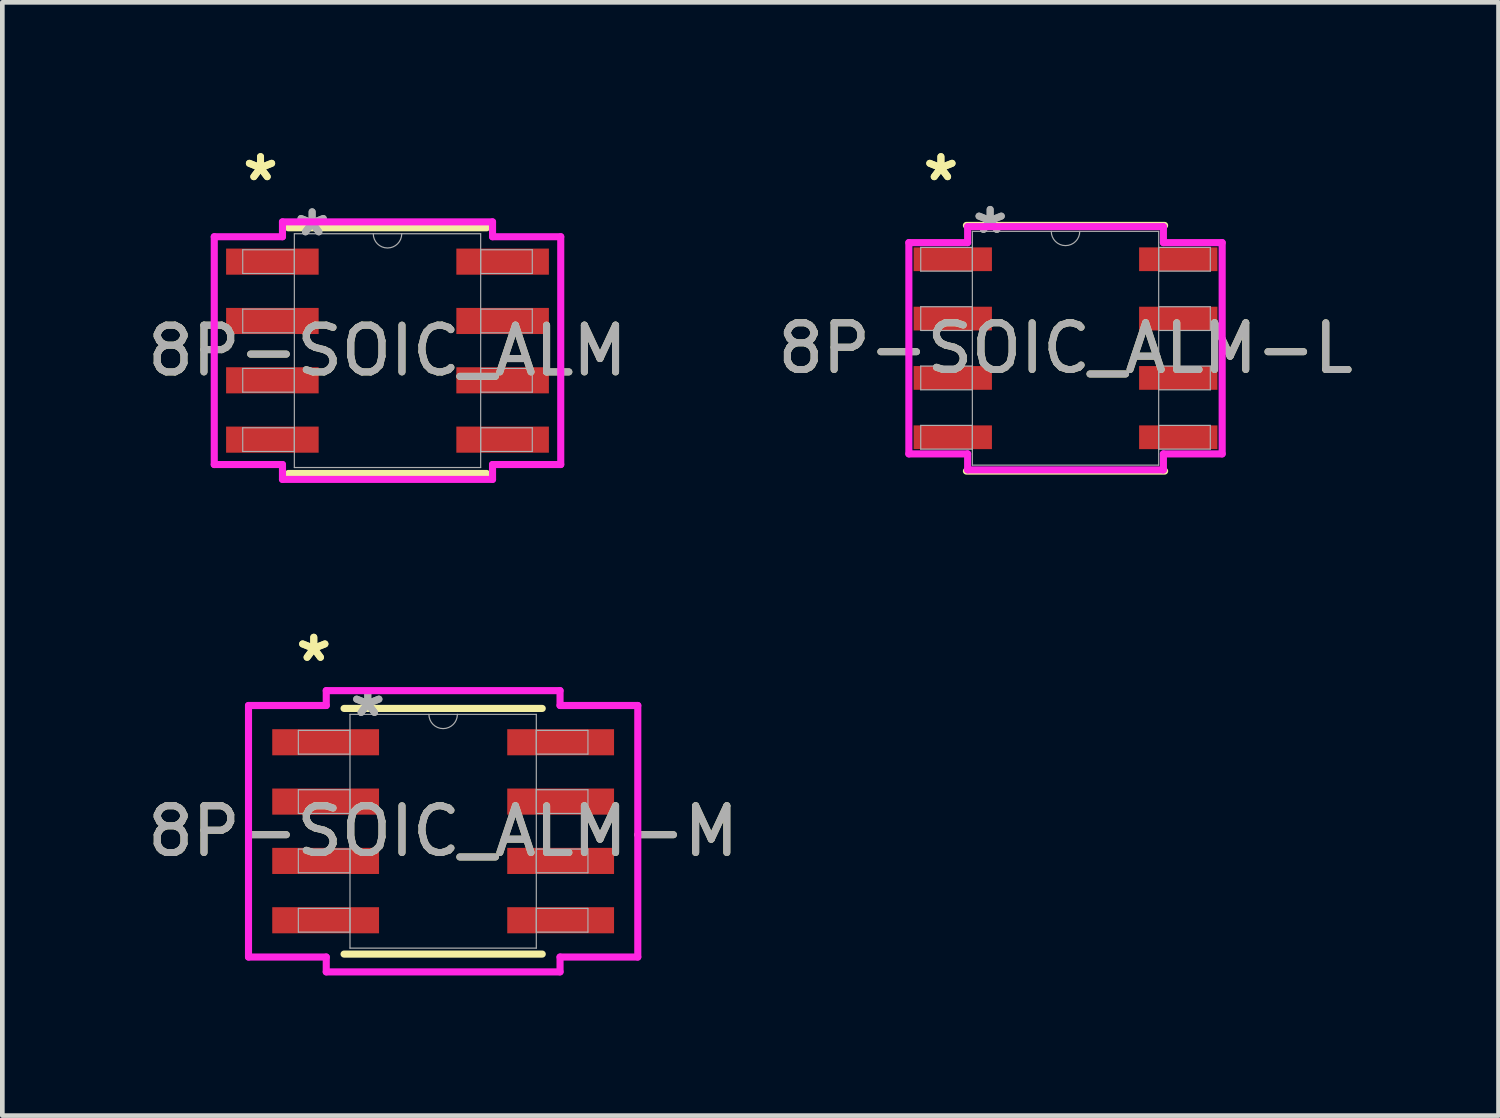
<source format=kicad_pcb>
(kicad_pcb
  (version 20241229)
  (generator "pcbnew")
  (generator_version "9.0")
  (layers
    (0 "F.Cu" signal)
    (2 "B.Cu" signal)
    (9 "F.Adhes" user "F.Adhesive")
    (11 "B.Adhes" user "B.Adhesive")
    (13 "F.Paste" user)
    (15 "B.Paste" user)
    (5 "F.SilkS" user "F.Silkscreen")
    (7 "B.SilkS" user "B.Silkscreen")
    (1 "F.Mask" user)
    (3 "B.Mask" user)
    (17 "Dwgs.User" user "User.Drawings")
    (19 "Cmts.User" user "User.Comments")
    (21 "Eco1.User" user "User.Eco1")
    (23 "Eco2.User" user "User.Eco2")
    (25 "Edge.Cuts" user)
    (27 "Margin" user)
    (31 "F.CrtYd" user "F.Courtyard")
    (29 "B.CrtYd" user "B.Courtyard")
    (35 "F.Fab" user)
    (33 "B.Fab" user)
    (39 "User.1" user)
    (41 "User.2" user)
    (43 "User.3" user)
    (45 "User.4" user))
  (footprint "8P-SOIC_ALM-L"
    (layer "F.Cu")
    (at 19.756 4.404)
    (property "Reference" "8P-SOIC_ALM-L" (at 0 0 0) (unlocked yes) (layer "F.SilkS") (effects (font (size 1 1) (thickness 0.15))))
    (attr smd)
    (fp_line (start -2.121 2.629) (end 2.121 2.629) (stroke (width 0.152) (type solid)) (layer "F.SilkS"))
    (fp_line (start 2.121 -2.629) (end -2.121 -2.629) (stroke (width 0.152) (type solid)) (layer "F.SilkS"))
    (fp_line (start -3.353 -2.261) (end -2.095 -2.261) (stroke (width 0.152) (type solid)) (layer "F.CrtYd"))
    (fp_line (start -3.353 2.261) (end -3.353 -2.261) (stroke (width 0.152) (type solid)) (layer "F.CrtYd"))
    (fp_line (start -3.353 2.261) (end -2.095 2.261) (stroke (width 0.152) (type solid)) (layer "F.CrtYd"))
    (fp_line (start -2.095 -2.603) (end 2.095 -2.603) (stroke (width 0.152) (type solid)) (layer "F.CrtYd"))
    (fp_line (start -2.095 -2.261) (end -2.095 -2.603) (stroke (width 0.152) (type solid)) (layer "F.CrtYd"))
    (fp_line (start -2.095 2.603) (end -2.095 2.261) (stroke (width 0.152) (type solid)) (layer "F.CrtYd"))
    (fp_line (start 2.095 -2.603) (end 2.095 -2.261) (stroke (width 0.152) (type solid)) (layer "F.CrtYd"))
    (fp_line (start 2.095 2.261) (end 2.095 2.603) (stroke (width 0.152) (type solid)) (layer "F.CrtYd"))
    (fp_line (start 2.095 2.603) (end -2.095 2.603) (stroke (width 0.152) (type solid)) (layer "F.CrtYd"))
    (fp_line (start 3.353 -2.261) (end 2.095 -2.261) (stroke (width 0.152) (type solid)) (layer "F.CrtYd"))
    (fp_line (start 3.353 -2.261) (end 3.353 2.261) (stroke (width 0.152) (type solid)) (layer "F.CrtYd"))
    (fp_line (start 3.353 2.261) (end 2.095 2.261) (stroke (width 0.152) (type solid)) (layer "F.CrtYd"))
    (fp_line (start -3.099 -2.159) (end -3.099 -1.651) (stroke (width 0.025) (type solid)) (layer "F.Fab"))
    (fp_line (start -3.099 -1.651) (end -1.994 -1.651) (stroke (width 0.025) (type solid)) (layer "F.Fab"))
    (fp_line (start -3.099 -0.889) (end -3.099 -0.381) (stroke (width 0.025) (type solid)) (layer "F.Fab"))
    (fp_line (start -3.099 -0.381) (end -1.994 -0.381) (stroke (width 0.025) (type solid)) (layer "F.Fab"))
    (fp_line (start -3.099 0.381) (end -3.099 0.889) (stroke (width 0.025) (type solid)) (layer "F.Fab"))
    (fp_line (start -3.099 0.889) (end -1.994 0.889) (stroke (width 0.025) (type solid)) (layer "F.Fab"))
    (fp_line (start -3.099 1.651) (end -3.099 2.159) (stroke (width 0.025) (type solid)) (layer "F.Fab"))
    (fp_line (start -3.099 2.159) (end -1.994 2.159) (stroke (width 0.025) (type solid)) (layer "F.Fab"))
    (fp_line (start -1.994 -2.502) (end -1.994 2.502) (stroke (width 0.025) (type solid)) (layer "F.Fab"))
    (fp_line (start -1.994 -2.159) (end -3.099 -2.159) (stroke (width 0.025) (type solid)) (layer "F.Fab"))
    (fp_line (start -1.994 -1.651) (end -1.994 -2.159) (stroke (width 0.025) (type solid)) (layer "F.Fab"))
    (fp_line (start -1.994 -0.889) (end -3.099 -0.889) (stroke (width 0.025) (type solid)) (layer "F.Fab"))
    (fp_line (start -1.994 -0.381) (end -1.994 -0.889) (stroke (width 0.025) (type solid)) (layer "F.Fab"))
    (fp_line (start -1.994 0.381) (end -3.099 0.381) (stroke (width 0.025) (type solid)) (layer "F.Fab"))
    (fp_line (start -1.994 0.889) (end -1.994 0.381) (stroke (width 0.025) (type solid)) (layer "F.Fab"))
    (fp_line (start -1.994 1.651) (end -3.099 1.651) (stroke (width 0.025) (type solid)) (layer "F.Fab"))
    (fp_line (start -1.994 2.159) (end -1.994 1.651) (stroke (width 0.025) (type solid)) (layer "F.Fab"))
    (fp_line (start -1.994 2.502) (end 1.994 2.502) (stroke (width 0.025) (type solid)) (layer "F.Fab"))
    (fp_line (start 1.994 -2.502) (end -1.994 -2.502) (stroke (width 0.025) (type solid)) (layer "F.Fab"))
    (fp_line (start 1.994 -2.159) (end 1.994 -1.651) (stroke (width 0.025) (type solid)) (layer "F.Fab"))
    (fp_line (start 1.994 -1.651) (end 3.099 -1.651) (stroke (width 0.025) (type solid)) (layer "F.Fab"))
    (fp_line (start 1.994 -0.889) (end 1.994 -0.381) (stroke (width 0.025) (type solid)) (layer "F.Fab"))
    (fp_line (start 1.994 -0.381) (end 3.099 -0.381) (stroke (width 0.025) (type solid)) (layer "F.Fab"))
    (fp_line (start 1.994 0.381) (end 1.994 0.889) (stroke (width 0.025) (type solid)) (layer "F.Fab"))
    (fp_line (start 1.994 0.889) (end 3.099 0.889) (stroke (width 0.025) (type solid)) (layer "F.Fab"))
    (fp_line (start 1.994 1.651) (end 1.994 2.159) (stroke (width 0.025) (type solid)) (layer "F.Fab"))
    (fp_line (start 1.994 2.159) (end 3.099 2.159) (stroke (width 0.025) (type solid)) (layer "F.Fab"))
    (fp_line (start 1.994 2.502) (end 1.994 -2.502) (stroke (width 0.025) (type solid)) (layer "F.Fab"))
    (fp_line (start 3.099 -2.159) (end 1.994 -2.159) (stroke (width 0.025) (type solid)) (layer "F.Fab"))
    (fp_line (start 3.099 -1.651) (end 3.099 -2.159) (stroke (width 0.025) (type solid)) (layer "F.Fab"))
    (fp_line (start 3.099 -0.889) (end 1.994 -0.889) (stroke (width 0.025) (type solid)) (layer "F.Fab"))
    (fp_line (start 3.099 -0.381) (end 3.099 -0.889) (stroke (width 0.025) (type solid)) (layer "F.Fab"))
    (fp_line (start 3.099 0.381) (end 1.994 0.381) (stroke (width 0.025) (type solid)) (layer "F.Fab"))
    (fp_line (start 3.099 0.889) (end 3.099 0.381) (stroke (width 0.025) (type solid)) (layer "F.Fab"))
    (fp_line (start 3.099 1.651) (end 1.994 1.651) (stroke (width 0.025) (type solid)) (layer "F.Fab"))
    (fp_line (start 3.099 2.159) (end 3.099 1.651) (stroke (width 0.025) (type solid)) (layer "F.Fab"))
    (fp_arc (start 0.3048 -2.5019) (mid 0 -2.1971) (end -0.3048 -2.5019) (stroke (width 0.0254) (type solid)) (layer "F.Fab"))
    (fp_text user "*" (at -2.667 -3.556 0) (unlocked yes) (layer "F.SilkS") (effects (font (size 1 1) (thickness 0.15))))
    (fp_text user "*" (at -2.667 -3.556 0) (layer "F.SilkS") (effects (font (size 1 1) (thickness 0.15))))
    (fp_text user "*" (at -1.613 -2.426 0) (layer "F.Fab") (effects (font (size 1 1) (thickness 0.15))))
    (fp_text user "*" (at -1.613 -2.426 0) (unlocked yes) (layer "F.Fab") (effects (font (size 1 1) (thickness 0.15))))
    (fp_text user "${REFERENCE}" (at 0 0 0) (unlocked yes) (layer "F.Fab") (effects (font (size 1 1) (thickness 0.15))))
    (pad "1" smd rect (at -2.413 -1.905) (size 1.676 0.508) (layers "F.Cu" "F.Mask" "F.Paste"))
    (pad "2" smd rect (at -2.413 -0.635) (size 1.676 0.508) (layers "F.Cu" "F.Mask" "F.Paste"))
    (pad "3" smd rect (at -2.413 0.635) (size 1.676 0.508) (layers "F.Cu" "F.Mask" "F.Paste"))
    (pad "4" smd rect (at -2.413 1.905) (size 1.676 0.508) (layers "F.Cu" "F.Mask" "F.Paste"))
    (pad "5" smd rect (at 2.413 1.905) (size 1.676 0.508) (layers "F.Cu" "F.Mask" "F.Paste"))
    (pad "6" smd rect (at 2.413 0.635) (size 1.676 0.508) (layers "F.Cu" "F.Mask" "F.Paste"))
    (pad "7" smd rect (at 2.413 -0.635) (size 1.676 0.508) (layers "F.Cu" "F.Mask" "F.Paste"))
    (pad "8" smd rect (at 2.413 -1.905) (size 1.676 0.508) (layers "F.Cu" "F.Mask" "F.Paste")))
  (footprint "8P-SOIC_ALM-M"
    (layer "F.Cu")
    (at 6.435 14.742)
    (property "Reference" "8P-SOIC_ALM-M" (at 0 0 0) (unlocked yes) (layer "F.SilkS") (effects (font (size 1 1) (thickness 0.15))))
    (attr smd)
    (fp_line (start -2.121 2.629) (end 2.121 2.629) (stroke (width 0.152) (type solid)) (layer "F.SilkS"))
    (fp_line (start 2.121 -2.629) (end -2.121 -2.629) (stroke (width 0.152) (type solid)) (layer "F.SilkS"))
    (fp_line (start -4.166 -2.692) (end -2.502 -2.692) (stroke (width 0.152) (type solid)) (layer "F.CrtYd"))
    (fp_line (start -4.166 2.692) (end -4.166 -2.692) (stroke (width 0.152) (type solid)) (layer "F.CrtYd"))
    (fp_line (start -4.166 2.692) (end -2.502 2.692) (stroke (width 0.152) (type solid)) (layer "F.CrtYd"))
    (fp_line (start -2.502 -3.01) (end 2.502 -3.01) (stroke (width 0.152) (type solid)) (layer "F.CrtYd"))
    (fp_line (start -2.502 -2.692) (end -2.502 -3.01) (stroke (width 0.152) (type solid)) (layer "F.CrtYd"))
    (fp_line (start -2.502 3.01) (end -2.502 2.692) (stroke (width 0.152) (type solid)) (layer "F.CrtYd"))
    (fp_line (start 2.502 -3.01) (end 2.502 -2.692) (stroke (width 0.152) (type solid)) (layer "F.CrtYd"))
    (fp_line (start 2.502 2.692) (end 2.502 3.01) (stroke (width 0.152) (type solid)) (layer "F.CrtYd"))
    (fp_line (start 2.502 3.01) (end -2.502 3.01) (stroke (width 0.152) (type solid)) (layer "F.CrtYd"))
    (fp_line (start 4.166 -2.692) (end 2.502 -2.692) (stroke (width 0.152) (type solid)) (layer "F.CrtYd"))
    (fp_line (start 4.166 -2.692) (end 4.166 2.692) (stroke (width 0.152) (type solid)) (layer "F.CrtYd"))
    (fp_line (start 4.166 2.692) (end 2.502 2.692) (stroke (width 0.152) (type solid)) (layer "F.CrtYd"))
    (fp_line (start -3.099 -2.159) (end -3.099 -1.651) (stroke (width 0.025) (type solid)) (layer "F.Fab"))
    (fp_line (start -3.099 -1.651) (end -1.994 -1.651) (stroke (width 0.025) (type solid)) (layer "F.Fab"))
    (fp_line (start -3.099 -0.889) (end -3.099 -0.381) (stroke (width 0.025) (type solid)) (layer "F.Fab"))
    (fp_line (start -3.099 -0.381) (end -1.994 -0.381) (stroke (width 0.025) (type solid)) (layer "F.Fab"))
    (fp_line (start -3.099 0.381) (end -3.099 0.889) (stroke (width 0.025) (type solid)) (layer "F.Fab"))
    (fp_line (start -3.099 0.889) (end -1.994 0.889) (stroke (width 0.025) (type solid)) (layer "F.Fab"))
    (fp_line (start -3.099 1.651) (end -3.099 2.159) (stroke (width 0.025) (type solid)) (layer "F.Fab"))
    (fp_line (start -3.099 2.159) (end -1.994 2.159) (stroke (width 0.025) (type solid)) (layer "F.Fab"))
    (fp_line (start -1.994 -2.502) (end -1.994 2.502) (stroke (width 0.025) (type solid)) (layer "F.Fab"))
    (fp_line (start -1.994 -2.159) (end -3.099 -2.159) (stroke (width 0.025) (type solid)) (layer "F.Fab"))
    (fp_line (start -1.994 -1.651) (end -1.994 -2.159) (stroke (width 0.025) (type solid)) (layer "F.Fab"))
    (fp_line (start -1.994 -0.889) (end -3.099 -0.889) (stroke (width 0.025) (type solid)) (layer "F.Fab"))
    (fp_line (start -1.994 -0.381) (end -1.994 -0.889) (stroke (width 0.025) (type solid)) (layer "F.Fab"))
    (fp_line (start -1.994 0.381) (end -3.099 0.381) (stroke (width 0.025) (type solid)) (layer "F.Fab"))
    (fp_line (start -1.994 0.889) (end -1.994 0.381) (stroke (width 0.025) (type solid)) (layer "F.Fab"))
    (fp_line (start -1.994 1.651) (end -3.099 1.651) (stroke (width 0.025) (type solid)) (layer "F.Fab"))
    (fp_line (start -1.994 2.159) (end -1.994 1.651) (stroke (width 0.025) (type solid)) (layer "F.Fab"))
    (fp_line (start -1.994 2.502) (end 1.994 2.502) (stroke (width 0.025) (type solid)) (layer "F.Fab"))
    (fp_line (start 1.994 -2.502) (end -1.994 -2.502) (stroke (width 0.025) (type solid)) (layer "F.Fab"))
    (fp_line (start 1.994 -2.159) (end 1.994 -1.651) (stroke (width 0.025) (type solid)) (layer "F.Fab"))
    (fp_line (start 1.994 -1.651) (end 3.099 -1.651) (stroke (width 0.025) (type solid)) (layer "F.Fab"))
    (fp_line (start 1.994 -0.889) (end 1.994 -0.381) (stroke (width 0.025) (type solid)) (layer "F.Fab"))
    (fp_line (start 1.994 -0.381) (end 3.099 -0.381) (stroke (width 0.025) (type solid)) (layer "F.Fab"))
    (fp_line (start 1.994 0.381) (end 1.994 0.889) (stroke (width 0.025) (type solid)) (layer "F.Fab"))
    (fp_line (start 1.994 0.889) (end 3.099 0.889) (stroke (width 0.025) (type solid)) (layer "F.Fab"))
    (fp_line (start 1.994 1.651) (end 1.994 2.159) (stroke (width 0.025) (type solid)) (layer "F.Fab"))
    (fp_line (start 1.994 2.159) (end 3.099 2.159) (stroke (width 0.025) (type solid)) (layer "F.Fab"))
    (fp_line (start 1.994 2.502) (end 1.994 -2.502) (stroke (width 0.025) (type solid)) (layer "F.Fab"))
    (fp_line (start 3.099 -2.159) (end 1.994 -2.159) (stroke (width 0.025) (type solid)) (layer "F.Fab"))
    (fp_line (start 3.099 -1.651) (end 3.099 -2.159) (stroke (width 0.025) (type solid)) (layer "F.Fab"))
    (fp_line (start 3.099 -0.889) (end 1.994 -0.889) (stroke (width 0.025) (type solid)) (layer "F.Fab"))
    (fp_line (start 3.099 -0.381) (end 3.099 -0.889) (stroke (width 0.025) (type solid)) (layer "F.Fab"))
    (fp_line (start 3.099 0.381) (end 1.994 0.381) (stroke (width 0.025) (type solid)) (layer "F.Fab"))
    (fp_line (start 3.099 0.889) (end 3.099 0.381) (stroke (width 0.025) (type solid)) (layer "F.Fab"))
    (fp_line (start 3.099 1.651) (end 1.994 1.651) (stroke (width 0.025) (type solid)) (layer "F.Fab"))
    (fp_line (start 3.099 2.159) (end 3.099 1.651) (stroke (width 0.025) (type solid)) (layer "F.Fab"))
    (fp_arc (start 0.3048 -2.5019) (mid 0 -2.1971) (end -0.3048 -2.5019) (stroke (width 0.0254) (type solid)) (layer "F.Fab"))
    (fp_text user "*" (at -2.769 -3.607 0) (layer "F.SilkS") (effects (font (size 1 1) (thickness 0.15))))
    (fp_text user "*" (at -2.769 -3.607 0) (unlocked yes) (layer "F.SilkS") (effects (font (size 1 1) (thickness 0.15))))
    (fp_text user "*" (at -1.613 -2.426 0) (layer "F.Fab") (effects (font (size 1 1) (thickness 0.15))))
    (fp_text user "${REFERENCE}" (at 0 0 0) (unlocked yes) (layer "F.Fab") (effects (font (size 1 1) (thickness 0.15))))
    (fp_text user "*" (at -1.613 -2.426 0) (unlocked yes) (layer "F.Fab") (effects (font (size 1 1) (thickness 0.15))))
    (pad "1" smd rect (at -2.515 -1.905) (size 2.286 0.559) (layers "F.Cu" "F.Mask" "F.Paste"))
    (pad "2" smd rect (at -2.515 -0.635) (size 2.286 0.559) (layers "F.Cu" "F.Mask" "F.Paste"))
    (pad "3" smd rect (at -2.515 0.635) (size 2.286 0.559) (layers "F.Cu" "F.Mask" "F.Paste"))
    (pad "4" smd rect (at -2.515 1.905) (size 2.286 0.559) (layers "F.Cu" "F.Mask" "F.Paste"))
    (pad "5" smd rect (at 2.515 1.905) (size 2.286 0.559) (layers "F.Cu" "F.Mask" "F.Paste"))
    (pad "6" smd rect (at 2.515 0.635) (size 2.286 0.559) (layers "F.Cu" "F.Mask" "F.Paste"))
    (pad "7" smd rect (at 2.515 -0.635) (size 2.286 0.559) (layers "F.Cu" "F.Mask" "F.Paste"))
    (pad "8" smd rect (at 2.515 -1.905) (size 2.286 0.559) (layers "F.Cu" "F.Mask" "F.Paste")))
  (footprint "8P-SOIC_ALM"
    (layer "F.Cu")
    (at 5.244 4.455)
    (property "Reference" "8P-SOIC_ALM" (at 0 0 0) (unlocked yes) (layer "F.SilkS") (effects (font (size 1 1) (thickness 0.15))))
    (attr smd)
    (fp_line (start -2.121 2.629) (end 2.121 2.629) (stroke (width 0.152) (type solid)) (layer "F.SilkS"))
    (fp_line (start 2.121 -2.629) (end -2.121 -2.629) (stroke (width 0.152) (type solid)) (layer "F.SilkS"))
    (fp_line (start -3.708 -2.438) (end -2.248 -2.438) (stroke (width 0.152) (type solid)) (layer "F.CrtYd"))
    (fp_line (start -3.708 2.438) (end -3.708 -2.438) (stroke (width 0.152) (type solid)) (layer "F.CrtYd"))
    (fp_line (start -3.708 2.438) (end -2.248 2.438) (stroke (width 0.152) (type solid)) (layer "F.CrtYd"))
    (fp_line (start -2.248 -2.756) (end 2.248 -2.756) (stroke (width 0.152) (type solid)) (layer "F.CrtYd"))
    (fp_line (start -2.248 -2.438) (end -2.248 -2.756) (stroke (width 0.152) (type solid)) (layer "F.CrtYd"))
    (fp_line (start -2.248 2.756) (end -2.248 2.438) (stroke (width 0.152) (type solid)) (layer "F.CrtYd"))
    (fp_line (start 2.248 -2.756) (end 2.248 -2.438) (stroke (width 0.152) (type solid)) (layer "F.CrtYd"))
    (fp_line (start 2.248 2.438) (end 2.248 2.756) (stroke (width 0.152) (type solid)) (layer "F.CrtYd"))
    (fp_line (start 2.248 2.756) (end -2.248 2.756) (stroke (width 0.152) (type solid)) (layer "F.CrtYd"))
    (fp_line (start 3.708 -2.438) (end 2.248 -2.438) (stroke (width 0.152) (type solid)) (layer "F.CrtYd"))
    (fp_line (start 3.708 -2.438) (end 3.708 2.438) (stroke (width 0.152) (type solid)) (layer "F.CrtYd"))
    (fp_line (start 3.708 2.438) (end 2.248 2.438) (stroke (width 0.152) (type solid)) (layer "F.CrtYd"))
    (fp_line (start -3.099 -2.159) (end -3.099 -1.651) (stroke (width 0.025) (type solid)) (layer "F.Fab"))
    (fp_line (start -3.099 -1.651) (end -1.994 -1.651) (stroke (width 0.025) (type solid)) (layer "F.Fab"))
    (fp_line (start -3.099 -0.889) (end -3.099 -0.381) (stroke (width 0.025) (type solid)) (layer "F.Fab"))
    (fp_line (start -3.099 -0.381) (end -1.994 -0.381) (stroke (width 0.025) (type solid)) (layer "F.Fab"))
    (fp_line (start -3.099 0.381) (end -3.099 0.889) (stroke (width 0.025) (type solid)) (layer "F.Fab"))
    (fp_line (start -3.099 0.889) (end -1.994 0.889) (stroke (width 0.025) (type solid)) (layer "F.Fab"))
    (fp_line (start -3.099 1.651) (end -3.099 2.159) (stroke (width 0.025) (type solid)) (layer "F.Fab"))
    (fp_line (start -3.099 2.159) (end -1.994 2.159) (stroke (width 0.025) (type solid)) (layer "F.Fab"))
    (fp_line (start -1.994 -2.502) (end -1.994 2.502) (stroke (width 0.025) (type solid)) (layer "F.Fab"))
    (fp_line (start -1.994 -2.159) (end -3.099 -2.159) (stroke (width 0.025) (type solid)) (layer "F.Fab"))
    (fp_line (start -1.994 -1.651) (end -1.994 -2.159) (stroke (width 0.025) (type solid)) (layer "F.Fab"))
    (fp_line (start -1.994 -0.889) (end -3.099 -0.889) (stroke (width 0.025) (type solid)) (layer "F.Fab"))
    (fp_line (start -1.994 -0.381) (end -1.994 -0.889) (stroke (width 0.025) (type solid)) (layer "F.Fab"))
    (fp_line (start -1.994 0.381) (end -3.099 0.381) (stroke (width 0.025) (type solid)) (layer "F.Fab"))
    (fp_line (start -1.994 0.889) (end -1.994 0.381) (stroke (width 0.025) (type solid)) (layer "F.Fab"))
    (fp_line (start -1.994 1.651) (end -3.099 1.651) (stroke (width 0.025) (type solid)) (layer "F.Fab"))
    (fp_line (start -1.994 2.159) (end -1.994 1.651) (stroke (width 0.025) (type solid)) (layer "F.Fab"))
    (fp_line (start -1.994 2.502) (end 1.994 2.502) (stroke (width 0.025) (type solid)) (layer "F.Fab"))
    (fp_line (start 1.994 -2.502) (end -1.994 -2.502) (stroke (width 0.025) (type solid)) (layer "F.Fab"))
    (fp_line (start 1.994 -2.159) (end 1.994 -1.651) (stroke (width 0.025) (type solid)) (layer "F.Fab"))
    (fp_line (start 1.994 -1.651) (end 3.099 -1.651) (stroke (width 0.025) (type solid)) (layer "F.Fab"))
    (fp_line (start 1.994 -0.889) (end 1.994 -0.381) (stroke (width 0.025) (type solid)) (layer "F.Fab"))
    (fp_line (start 1.994 -0.381) (end 3.099 -0.381) (stroke (width 0.025) (type solid)) (layer "F.Fab"))
    (fp_line (start 1.994 0.381) (end 1.994 0.889) (stroke (width 0.025) (type solid)) (layer "F.Fab"))
    (fp_line (start 1.994 0.889) (end 3.099 0.889) (stroke (width 0.025) (type solid)) (layer "F.Fab"))
    (fp_line (start 1.994 1.651) (end 1.994 2.159) (stroke (width 0.025) (type solid)) (layer "F.Fab"))
    (fp_line (start 1.994 2.159) (end 3.099 2.159) (stroke (width 0.025) (type solid)) (layer "F.Fab"))
    (fp_line (start 1.994 2.502) (end 1.994 -2.502) (stroke (width 0.025) (type solid)) (layer "F.Fab"))
    (fp_line (start 3.099 -2.159) (end 1.994 -2.159) (stroke (width 0.025) (type solid)) (layer "F.Fab"))
    (fp_line (start 3.099 -1.651) (end 3.099 -2.159) (stroke (width 0.025) (type solid)) (layer "F.Fab"))
    (fp_line (start 3.099 -0.889) (end 1.994 -0.889) (stroke (width 0.025) (type solid)) (layer "F.Fab"))
    (fp_line (start 3.099 -0.381) (end 3.099 -0.889) (stroke (width 0.025) (type solid)) (layer "F.Fab"))
    (fp_line (start 3.099 0.381) (end 1.994 0.381) (stroke (width 0.025) (type solid)) (layer "F.Fab"))
    (fp_line (start 3.099 0.889) (end 3.099 0.381) (stroke (width 0.025) (type solid)) (layer "F.Fab"))
    (fp_line (start 3.099 1.651) (end 1.994 1.651) (stroke (width 0.025) (type solid)) (layer "F.Fab"))
    (fp_line (start 3.099 2.159) (end 3.099 1.651) (stroke (width 0.025) (type solid)) (layer "F.Fab"))
    (fp_arc (start 0.3048 -2.5019) (mid 0 -2.1971) (end -0.3048 -2.5019) (stroke (width 0.0254) (type solid)) (layer "F.Fab"))
    (fp_text user "*" (at -2.718 -3.607 0) (unlocked yes) (layer "F.SilkS") (effects (font (size 1 1) (thickness 0.15))))
    (fp_text user "*" (at -2.718 -3.607 0) (layer "F.SilkS") (effects (font (size 1 1) (thickness 0.15))))
    (fp_text user "*" (at -1.613 -2.426 0) (layer "F.Fab") (effects (font (size 1 1) (thickness 0.15))))
    (fp_text user "${REFERENCE}" (at 0 0 0) (unlocked yes) (layer "F.Fab") (effects (font (size 1 1) (thickness 0.15))))
    (fp_text user "*" (at -1.613 -2.426 0) (unlocked yes) (layer "F.Fab") (effects (font (size 1 1) (thickness 0.15))))
    (pad "1" smd rect (at -2.464 -1.905) (size 1.981 0.559) (layers "F.Cu" "F.Mask" "F.Paste"))
    (pad "2" smd rect (at -2.464 -0.635) (size 1.981 0.559) (layers "F.Cu" "F.Mask" "F.Paste"))
    (pad "3" smd rect (at -2.464 0.635) (size 1.981 0.559) (layers "F.Cu" "F.Mask" "F.Paste"))
    (pad "4" smd rect (at -2.464 1.905) (size 1.981 0.559) (layers "F.Cu" "F.Mask" "F.Paste"))
    (pad "5" smd rect (at 2.464 1.905) (size 1.981 0.559) (layers "F.Cu" "F.Mask" "F.Paste"))
    (pad "6" smd rect (at 2.464 0.635) (size 1.981 0.559) (layers "F.Cu" "F.Mask" "F.Paste"))
    (pad "7" smd rect (at 2.464 -0.635) (size 1.981 0.559) (layers "F.Cu" "F.Mask" "F.Paste"))
    (pad "8" smd rect (at 2.464 -1.905) (size 1.981 0.559) (layers "F.Cu" "F.Mask" "F.Paste")))
  (gr_rect
    (start -3 -3)
    (end 29.024 20.828)
    (stroke (width 0.1) (type default))
    (fill no)
    (layer "Edge.Cuts")))
</source>
